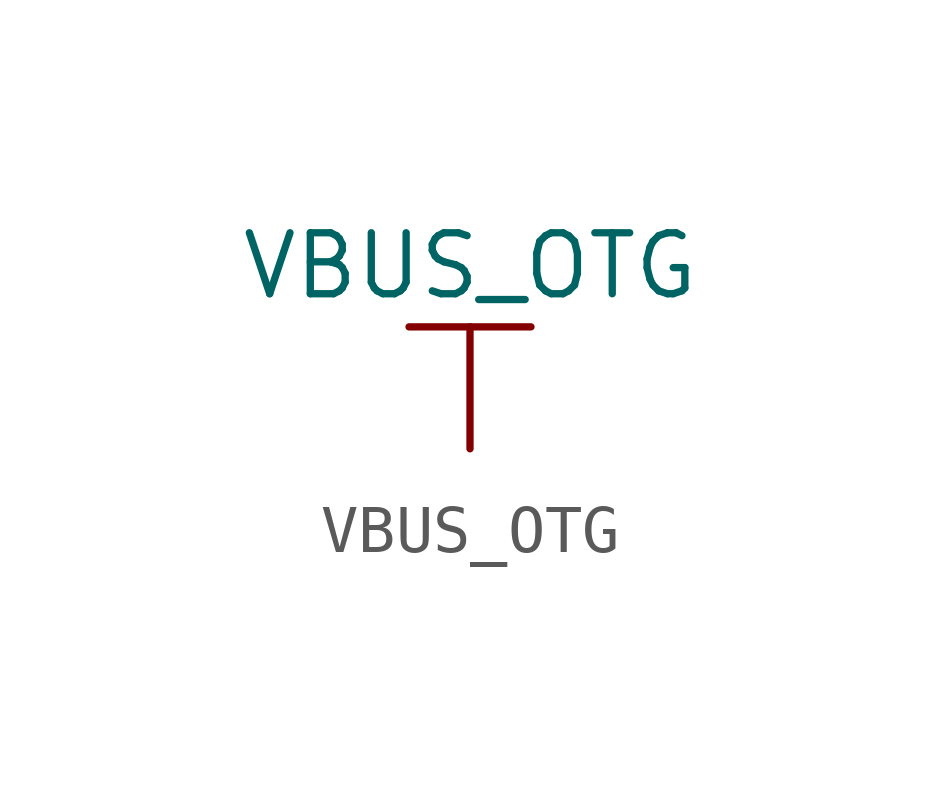
<source format=kicad_sym>
(kicad_symbol_lib
  (version 20211014)
  (generator kicad_symbol_editor)
  (symbol "VBUS_OTG"
    (power)
    (pin_names
      (offset 0))
    (property "Reference" "#PWR"
      (at 0 -3.81 0)
      (effects (font (size 1.27 1.27)) hide))
    (property "Value" "VBUS_OTG"
      (at 0 3.81 0)
      (effects (font (size 1.27 1.27))))
    (symbol "VBUS_OTG_0_1"
      (polyline (pts (xy -1.27 2.54) (xy 1.27 2.54)) (stroke (width 0.152) (type default) (color 0 0 0 0)) (fill (type none)))
      (polyline (pts (xy 0 0) (xy 0 2.54)) (stroke (width 0.152) (type default) (color 0 0 0 0)) (fill (type none))))
    (symbol "VBUS_OTG_1_1"
      (pin power_in line (at 0 0 90) (length 0) hide (name "VBUS_OTG" (effects (font (size 1.27 1.27)))) (number "1" (effects (font (size 1.27 1.27))))))))
</source>
